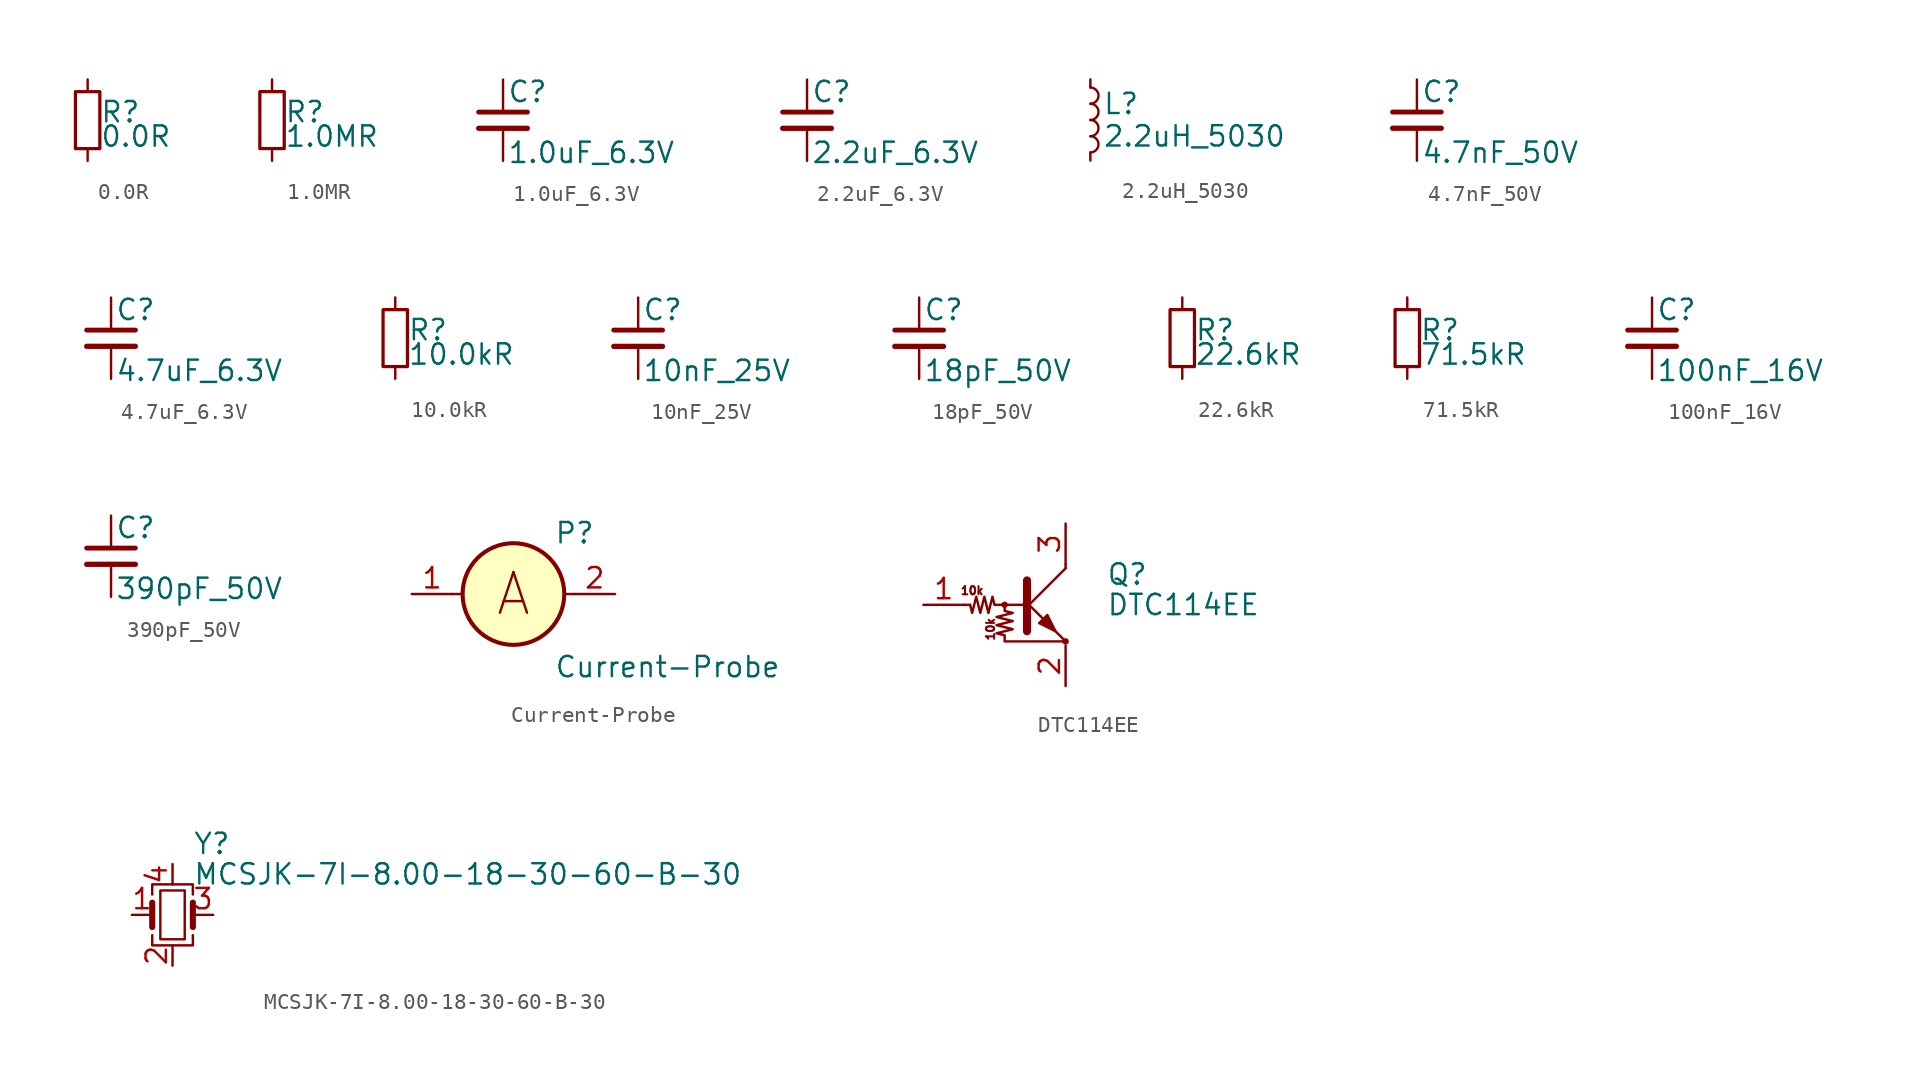
<source format=kicad_sym>
(kicad_symbol_lib
  (version 20211014)
  (generator kicad_symbol_editor)
  (symbol "0.0R"
    (pin_numbers hide)
    (pin_names
      (offset 0.254) hide)
    (property "Reference" "R"
      (at 0.762 0.508 0)
      (effects (font (size 1.27 1.27)) (justify left)))
    (property "Value" "0.0R"
      (at 0.762 -1.016 0)
      (effects (font (size 1.27 1.27)) (justify left)))
    (symbol "0.0R_0_1"
      (rectangle (start -0.762 1.778) (end 0.762 -1.778) (stroke (width 0.203) (type default) (color 0 0 0 0)) (fill (type none))))
    (symbol "0.0R_1_1"
      (pin passive line (at 0 2.54 270) (length 0.762) (name "~" (effects (font (size 1.27 1.27)))) (number "1" (effects (font (size 1.27 1.27)))))
      (pin passive line (at 0 -2.54 90) (length 0.762) (name "~" (effects (font (size 1.27 1.27)))) (number "2" (effects (font (size 1.27 1.27)))))))
  (symbol "1.0MR"
    (pin_numbers hide)
    (pin_names
      (offset 0.254) hide)
    (property "Reference" "R"
      (at 0.762 0.508 0)
      (effects (font (size 1.27 1.27)) (justify left)))
    (property "Value" "1.0MR"
      (at 0.762 -1.016 0)
      (effects (font (size 1.27 1.27)) (justify left)))
    (symbol "1.0MR_0_1"
      (rectangle (start -0.762 1.778) (end 0.762 -1.778) (stroke (width 0.203) (type default) (color 0 0 0 0)) (fill (type none))))
    (symbol "1.0MR_1_1"
      (pin passive line (at 0 2.54 270) (length 0.762) (name "~" (effects (font (size 1.27 1.27)))) (number "1" (effects (font (size 1.27 1.27)))))
      (pin passive line (at 0 -2.54 90) (length 0.762) (name "~" (effects (font (size 1.27 1.27)))) (number "2" (effects (font (size 1.27 1.27)))))))
  (symbol "1.0uF_6.3V"
    (pin_numbers hide)
    (pin_names
      (offset 0.254) hide)
    (property "Reference" "C"
      (at 0.254 1.778 0)
      (effects (font (size 1.27 1.27)) (justify left)))
    (property "Value" "1.0uF_6.3V"
      (at 0.254 -2.032 0)
      (effects (font (size 1.27 1.27)) (justify left)))
    (symbol "1.0uF_6.3V_0_1"
      (polyline (pts (xy -1.524 -0.508) (xy 1.524 -0.508)) (stroke (width 0.33) (type default) (color 0 0 0 0)) (fill (type none)))
      (polyline (pts (xy -1.524 0.508) (xy 1.524 0.508)) (stroke (width 0.305) (type default) (color 0 0 0 0)) (fill (type none))))
    (symbol "1.0uF_6.3V_1_1"
      (pin passive line (at 0 2.54 270) (length 2.032) (name "~" (effects (font (size 1.27 1.27)))) (number "1" (effects (font (size 1.27 1.27)))))
      (pin passive line (at 0 -2.54 90) (length 2.032) (name "~" (effects (font (size 1.27 1.27)))) (number "2" (effects (font (size 1.27 1.27)))))))
  (symbol "2.2uF_6.3V"
    (pin_numbers hide)
    (pin_names
      (offset 0.254) hide)
    (property "Reference" "C"
      (at 0.254 1.778 0)
      (effects (font (size 1.27 1.27)) (justify left)))
    (property "Value" "2.2uF_6.3V"
      (at 0.254 -2.032 0)
      (effects (font (size 1.27 1.27)) (justify left)))
    (symbol "2.2uF_6.3V_0_1"
      (polyline (pts (xy -1.524 -0.508) (xy 1.524 -0.508)) (stroke (width 0.33) (type default) (color 0 0 0 0)) (fill (type none)))
      (polyline (pts (xy -1.524 0.508) (xy 1.524 0.508)) (stroke (width 0.305) (type default) (color 0 0 0 0)) (fill (type none))))
    (symbol "2.2uF_6.3V_1_1"
      (pin passive line (at 0 2.54 270) (length 2.032) (name "~" (effects (font (size 1.27 1.27)))) (number "1" (effects (font (size 1.27 1.27)))))
      (pin passive line (at 0 -2.54 90) (length 2.032) (name "~" (effects (font (size 1.27 1.27)))) (number "2" (effects (font (size 1.27 1.27)))))))
  (symbol "2.2uH_5030"
    (pin_numbers hide)
    (pin_names
      (offset 0.254) hide)
    (property "Reference" "L"
      (at 0.762 1.016 0)
      (effects (font (size 1.27 1.27)) (justify left)))
    (property "Value" "2.2uH_5030"
      (at 0.762 -1.016 0)
      (effects (font (size 1.27 1.27)) (justify left)))
    (symbol "2.2uH_5030_0_1"
      (arc (start 0 -2.032) (mid 0.508 -1.524) (end 0 -1.016) (stroke (width 0) (type default) (color 0 0 0 0)) (fill (type none)))
      (arc (start 0 -1.016) (mid 0.508 -0.508) (end 0 0) (stroke (width 0) (type default) (color 0 0 0 0)) (fill (type none)))
      (arc (start 0 0) (mid 0.508 0.508) (end 0 1.016) (stroke (width 0) (type default) (color 0 0 0 0)) (fill (type none)))
      (arc (start 0 1.016) (mid 0.508 1.524) (end 0 2.032) (stroke (width 0) (type default) (color 0 0 0 0)) (fill (type none))))
    (symbol "2.2uH_5030_1_1"
      (pin passive line (at 0 2.54 270) (length 0.508) (name "~" (effects (font (size 1.27 1.27)))) (number "1" (effects (font (size 1.27 1.27)))))
      (pin passive line (at 0 -2.54 90) (length 0.508) (name "~" (effects (font (size 1.27 1.27)))) (number "2" (effects (font (size 1.27 1.27)))))))
  (symbol "4.7nF_50V"
    (pin_numbers hide)
    (pin_names
      (offset 0.254) hide)
    (property "Reference" "C"
      (at 0.254 1.778 0)
      (effects (font (size 1.27 1.27)) (justify left)))
    (property "Value" "4.7nF_50V"
      (at 0.254 -2.032 0)
      (effects (font (size 1.27 1.27)) (justify left)))
    (symbol "4.7nF_50V_0_1"
      (polyline (pts (xy -1.524 -0.508) (xy 1.524 -0.508)) (stroke (width 0.33) (type default) (color 0 0 0 0)) (fill (type none)))
      (polyline (pts (xy -1.524 0.508) (xy 1.524 0.508)) (stroke (width 0.305) (type default) (color 0 0 0 0)) (fill (type none))))
    (symbol "4.7nF_50V_1_1"
      (pin passive line (at 0 2.54 270) (length 2.032) (name "~" (effects (font (size 1.27 1.27)))) (number "1" (effects (font (size 1.27 1.27)))))
      (pin passive line (at 0 -2.54 90) (length 2.032) (name "~" (effects (font (size 1.27 1.27)))) (number "2" (effects (font (size 1.27 1.27)))))))
  (symbol "4.7uF_6.3V"
    (pin_numbers hide)
    (pin_names
      (offset 0.254) hide)
    (property "Reference" "C"
      (at 0.254 1.778 0)
      (effects (font (size 1.27 1.27)) (justify left)))
    (property "Value" "4.7uF_6.3V"
      (at 0.254 -2.032 0)
      (effects (font (size 1.27 1.27)) (justify left)))
    (symbol "4.7uF_6.3V_0_1"
      (polyline (pts (xy -1.524 -0.508) (xy 1.524 -0.508)) (stroke (width 0.33) (type default) (color 0 0 0 0)) (fill (type none)))
      (polyline (pts (xy -1.524 0.508) (xy 1.524 0.508)) (stroke (width 0.305) (type default) (color 0 0 0 0)) (fill (type none))))
    (symbol "4.7uF_6.3V_1_1"
      (pin passive line (at 0 2.54 270) (length 2.032) (name "~" (effects (font (size 1.27 1.27)))) (number "1" (effects (font (size 1.27 1.27)))))
      (pin passive line (at 0 -2.54 90) (length 2.032) (name "~" (effects (font (size 1.27 1.27)))) (number "2" (effects (font (size 1.27 1.27)))))))
  (symbol "10.0kR"
    (pin_numbers hide)
    (pin_names
      (offset 0.254) hide)
    (property "Reference" "R"
      (at 0.762 0.508 0)
      (effects (font (size 1.27 1.27)) (justify left)))
    (property "Value" "10.0kR"
      (at 0.762 -1.016 0)
      (effects (font (size 1.27 1.27)) (justify left)))
    (symbol "10.0kR_0_1"
      (rectangle (start -0.762 1.778) (end 0.762 -1.778) (stroke (width 0.203) (type default) (color 0 0 0 0)) (fill (type none))))
    (symbol "10.0kR_1_1"
      (pin passive line (at 0 2.54 270) (length 0.762) (name "~" (effects (font (size 1.27 1.27)))) (number "1" (effects (font (size 1.27 1.27)))))
      (pin passive line (at 0 -2.54 90) (length 0.762) (name "~" (effects (font (size 1.27 1.27)))) (number "2" (effects (font (size 1.27 1.27)))))))
  (symbol "10nF_25V"
    (pin_numbers hide)
    (pin_names
      (offset 0.254) hide)
    (property "Reference" "C"
      (at 0.254 1.778 0)
      (effects (font (size 1.27 1.27)) (justify left)))
    (property "Value" "10nF_25V"
      (at 0.254 -2.032 0)
      (effects (font (size 1.27 1.27)) (justify left)))
    (symbol "10nF_25V_0_1"
      (polyline (pts (xy -1.524 -0.508) (xy 1.524 -0.508)) (stroke (width 0.33) (type default) (color 0 0 0 0)) (fill (type none)))
      (polyline (pts (xy -1.524 0.508) (xy 1.524 0.508)) (stroke (width 0.305) (type default) (color 0 0 0 0)) (fill (type none))))
    (symbol "10nF_25V_1_1"
      (pin passive line (at 0 2.54 270) (length 2.032) (name "~" (effects (font (size 1.27 1.27)))) (number "1" (effects (font (size 1.27 1.27)))))
      (pin passive line (at 0 -2.54 90) (length 2.032) (name "~" (effects (font (size 1.27 1.27)))) (number "2" (effects (font (size 1.27 1.27)))))))
  (symbol "18pF_50V"
    (pin_numbers hide)
    (pin_names
      (offset 0.254) hide)
    (property "Reference" "C"
      (at 0.254 1.778 0)
      (effects (font (size 1.27 1.27)) (justify left)))
    (property "Value" "18pF_50V"
      (at 0.254 -2.032 0)
      (effects (font (size 1.27 1.27)) (justify left)))
    (symbol "18pF_50V_0_1"
      (polyline (pts (xy -1.524 -0.508) (xy 1.524 -0.508)) (stroke (width 0.33) (type default) (color 0 0 0 0)) (fill (type none)))
      (polyline (pts (xy -1.524 0.508) (xy 1.524 0.508)) (stroke (width 0.305) (type default) (color 0 0 0 0)) (fill (type none))))
    (symbol "18pF_50V_1_1"
      (pin passive line (at 0 2.54 270) (length 2.032) (name "~" (effects (font (size 1.27 1.27)))) (number "1" (effects (font (size 1.27 1.27)))))
      (pin passive line (at 0 -2.54 90) (length 2.032) (name "~" (effects (font (size 1.27 1.27)))) (number "2" (effects (font (size 1.27 1.27)))))))
  (symbol "22.6kR"
    (pin_numbers hide)
    (pin_names
      (offset 0.254) hide)
    (property "Reference" "R"
      (at 0.762 0.508 0)
      (effects (font (size 1.27 1.27)) (justify left)))
    (property "Value" "22.6kR"
      (at 0.762 -1.016 0)
      (effects (font (size 1.27 1.27)) (justify left)))
    (symbol "22.6kR_0_1"
      (rectangle (start -0.762 1.778) (end 0.762 -1.778) (stroke (width 0.203) (type default) (color 0 0 0 0)) (fill (type none))))
    (symbol "22.6kR_1_1"
      (pin passive line (at 0 2.54 270) (length 0.762) (name "~" (effects (font (size 1.27 1.27)))) (number "1" (effects (font (size 1.27 1.27)))))
      (pin passive line (at 0 -2.54 90) (length 0.762) (name "~" (effects (font (size 1.27 1.27)))) (number "2" (effects (font (size 1.27 1.27)))))))
  (symbol "71.5kR"
    (pin_numbers hide)
    (pin_names
      (offset 0.254) hide)
    (property "Reference" "R"
      (at 0.762 0.508 0)
      (effects (font (size 1.27 1.27)) (justify left)))
    (property "Value" "71.5kR"
      (at 0.762 -1.016 0)
      (effects (font (size 1.27 1.27)) (justify left)))
    (symbol "71.5kR_0_1"
      (rectangle (start -0.762 1.778) (end 0.762 -1.778) (stroke (width 0.203) (type default) (color 0 0 0 0)) (fill (type none))))
    (symbol "71.5kR_1_1"
      (pin passive line (at 0 2.54 270) (length 0.762) (name "~" (effects (font (size 1.27 1.27)))) (number "1" (effects (font (size 1.27 1.27)))))
      (pin passive line (at 0 -2.54 90) (length 0.762) (name "~" (effects (font (size 1.27 1.27)))) (number "2" (effects (font (size 1.27 1.27)))))))
  (symbol "100nF_16V"
    (pin_numbers hide)
    (pin_names
      (offset 0.254) hide)
    (property "Reference" "C"
      (at 0.254 1.778 0)
      (effects (font (size 1.27 1.27)) (justify left)))
    (property "Value" "100nF_16V"
      (at 0.254 -2.032 0)
      (effects (font (size 1.27 1.27)) (justify left)))
    (symbol "100nF_16V_0_1"
      (polyline (pts (xy -1.524 -0.508) (xy 1.524 -0.508)) (stroke (width 0.33) (type default) (color 0 0 0 0)) (fill (type none)))
      (polyline (pts (xy -1.524 0.508) (xy 1.524 0.508)) (stroke (width 0.305) (type default) (color 0 0 0 0)) (fill (type none))))
    (symbol "100nF_16V_1_1"
      (pin passive line (at 0 2.54 270) (length 2.032) (name "~" (effects (font (size 1.27 1.27)))) (number "1" (effects (font (size 1.27 1.27)))))
      (pin passive line (at 0 -2.54 90) (length 2.032) (name "~" (effects (font (size 1.27 1.27)))) (number "2" (effects (font (size 1.27 1.27)))))))
  (symbol "390pF_50V"
    (pin_numbers hide)
    (pin_names
      (offset 0.254) hide)
    (property "Reference" "C"
      (at 0.254 1.778 0)
      (effects (font (size 1.27 1.27)) (justify left)))
    (property "Value" "390pF_50V"
      (at 0.254 -2.032 0)
      (effects (font (size 1.27 1.27)) (justify left)))
    (symbol "390pF_50V_0_1"
      (polyline (pts (xy -1.524 -0.508) (xy 1.524 -0.508)) (stroke (width 0.33) (type default) (color 0 0 0 0)) (fill (type none)))
      (polyline (pts (xy -1.524 0.508) (xy 1.524 0.508)) (stroke (width 0.305) (type default) (color 0 0 0 0)) (fill (type none))))
    (symbol "390pF_50V_1_1"
      (pin passive line (at 0 2.54 270) (length 2.032) (name "~" (effects (font (size 1.27 1.27)))) (number "1" (effects (font (size 1.27 1.27)))))
      (pin passive line (at 0 -2.54 90) (length 2.032) (name "~" (effects (font (size 1.27 1.27)))) (number "2" (effects (font (size 1.27 1.27)))))))
  (symbol "Current-Probe"
    (pin_names
      (offset 0))
    (property "Reference" "P"
      (at 2.54 3.81 0)
      (effects (font (size 1.27 1.27)) (justify left)))
    (property "Value" "Current-Probe"
      (at 2.54 -3.81 0)
      (effects (font (size 1.27 1.27)) (justify left top)))
    (symbol "Current-Probe_0_0"
      (text "A" (at 0 0 0) (effects (font (size 2.54 2.54)))))
    (symbol "Current-Probe_0_1"
      (polyline (pts (xy -3.81 0) (xy -3.175 0)) (stroke (width 0) (type default) (color 0 0 0 0)) (fill (type none)))
      (polyline (pts (xy 3.175 0) (xy 3.81 0)) (stroke (width 0) (type default) (color 0 0 0 0)) (fill (type none)))
      (circle (center 0 0) (radius 3.175) (stroke (width 0.254) (type default) (color 0 0 0 0)) (fill (type background))))
    (symbol "Current-Probe_1_1"
      (pin passive line (at -6.35 0 0) (length 2.54) (name "~" (effects (font (size 1.27 1.27)))) (number "1" (effects (font (size 1.27 1.27)))))
      (pin passive line (at 6.35 0 180) (length 2.54) (name "~" (effects (font (size 1.27 1.27)))) (number "2" (effects (font (size 1.27 1.27)))))))
  (symbol "DTC114EE"
    (pin_names
      (offset 0) hide)
    (property "Reference" "Q"
      (at 5.08 1.905 0)
      (effects (font (size 1.27 1.27)) (justify left)))
    (property "Value" "DTC114EE"
      (at 5.08 0 0)
      (effects (font (size 1.27 1.27)) (justify left)))
    (symbol "DTC114EE_0_0"
      (text "10k" (at -3.302 0.889 0) (effects (font (size 0.508 0.508))))
      (text "10k" (at -2.159 -1.524 900) (effects (font (size 0.508 0.508)))))
    (symbol "DTC114EE_0_1"
      (circle (center -1.27 0) (radius 0.127) (stroke (width 0) (type default) (color 0 0 0 0)) (fill (type none)))
      (polyline (pts (xy -3.429 0) (xy -3.81 0)) (stroke (width 0) (type default) (color 0 0 0 0)) (fill (type none)))
      (polyline (pts (xy 0 -0.254) (xy 2.54 2.286)) (stroke (width 0) (type default) (color 0 0 0 0)) (fill (type none)))
      (polyline (pts (xy 0.127 1.524) (xy 0.127 -1.651)) (stroke (width 0.508) (type default) (color 0 0 0 0)) (fill (type outline)))
      (polyline (pts (xy 2.54 2.286) (xy 2.54 2.54)) (stroke (width 0) (type default) (color 0 0 0 0)) (fill (type none)))
      (polyline (pts (xy 2.54 -2.286) (xy 0 0.254) (xy 0 0.254)) (stroke (width 0) (type default) (color 0 0 0 0)) (fill (type none)))
      (polyline (pts (xy 0.889 -1.143) (xy 1.397 -0.635) (xy 1.905 -1.651) (xy 0.889 -1.143)) (stroke (width 0) (type default) (color 0 0 0 0)) (fill (type outline)))
      (polyline (pts (xy 0 0) (xy -1.905 0) (xy -2.032 0.508) (xy -2.286 -0.508) (xy -2.54 0.508) (xy -2.794 -0.508) (xy -3.048 0.508) (xy -3.302 -0.508) (xy -3.429 0)) (stroke (width 0) (type default) (color 0 0 0 0)) (fill (type none)))
      (polyline (pts (xy -1.27 0) (xy -1.27 -0.381) (xy -0.762 -0.508) (xy -1.778 -0.762) (xy -0.762 -1.016) (xy -1.778 -1.27) (xy -0.762 -1.524) (xy -1.778 -1.778) (xy -1.27 -1.905) (xy -1.27 -2.286) (xy 2.54 -2.286)) (stroke (width 0) (type default) (color 0 0 0 0)) (fill (type none)))
      (circle (center 2.54 -2.286) (radius 0.127) (stroke (width 0) (type default) (color 0 0 0 0)) (fill (type none))))
    (symbol "DTC114EE_1_1"
      (pin input line (at -6.35 0 0) (length 2.54) (name "B" (effects (font (size 1.27 1.27)))) (number "1" (effects (font (size 1.27 1.27)))))
      (pin passive line (at 2.54 -5.08 90) (length 2.54) (name "E" (effects (font (size 1.27 1.27)))) (number "2" (effects (font (size 1.27 1.27)))))
      (pin passive line (at 2.54 5.08 270) (length 2.54) (name "C" (effects (font (size 1.27 1.27)))) (number "3" (effects (font (size 1.27 1.27)))))))
  (symbol "MCSJK-7I-8.00-18-30-60-B-30"
    (pin_names
      (offset 1.016) hide)
    (property "Reference" "Y"
      (at 1.27 4.445 0)
      (effects (font (size 1.27 1.27)) (justify left)))
    (property "Value" "MCSJK-7I-8.00-18-30-60-B-30"
      (at 1.27 2.54 0)
      (effects (font (size 1.27 1.27)) (justify left)))
    (symbol "MCSJK-7I-8.00-18-30-60-B-30_0_1"
      (rectangle (start -0.762 -1.524) (end 0.762 1.524) (stroke (width 0) (type default) (color 0 0 0 0)) (fill (type none)))
      (polyline (pts (xy -1.27 -0.762) (xy -1.27 0.762)) (stroke (width 0.381) (type default) (color 0 0 0 0)) (fill (type none)))
      (polyline (pts (xy 1.27 -0.762) (xy 1.27 0.762)) (stroke (width 0.381) (type default) (color 0 0 0 0)) (fill (type none)))
      (polyline (pts (xy -1.27 -1.27) (xy -1.27 -1.905) (xy 1.27 -1.905) (xy 1.27 -1.27)) (stroke (width 0) (type default) (color 0 0 0 0)) (fill (type none)))
      (polyline (pts (xy -1.27 1.27) (xy -1.27 1.905) (xy 1.27 1.905) (xy 1.27 1.27)) (stroke (width 0) (type default) (color 0 0 0 0)) (fill (type none))))
    (symbol "MCSJK-7I-8.00-18-30-60-B-30_1_1"
      (pin passive line (at -2.54 0 0) (length 1.27) (name "1" (effects (font (size 1.27 1.27)))) (number "1" (effects (font (size 1.27 1.27)))))
      (pin passive line (at 0 -3.175 90) (length 1.27) (name "2" (effects (font (size 1.27 1.27)))) (number "2" (effects (font (size 1.27 1.27)))))
      (pin passive line (at 2.54 0 180) (length 1.27) (name "3" (effects (font (size 1.27 1.27)))) (number "3" (effects (font (size 1.27 1.27)))))
      (pin passive line (at 0 3.175 270) (length 1.27) (name "4" (effects (font (size 1.27 1.27)))) (number "4" (effects (font (size 1.27 1.27))))))))
</source>
